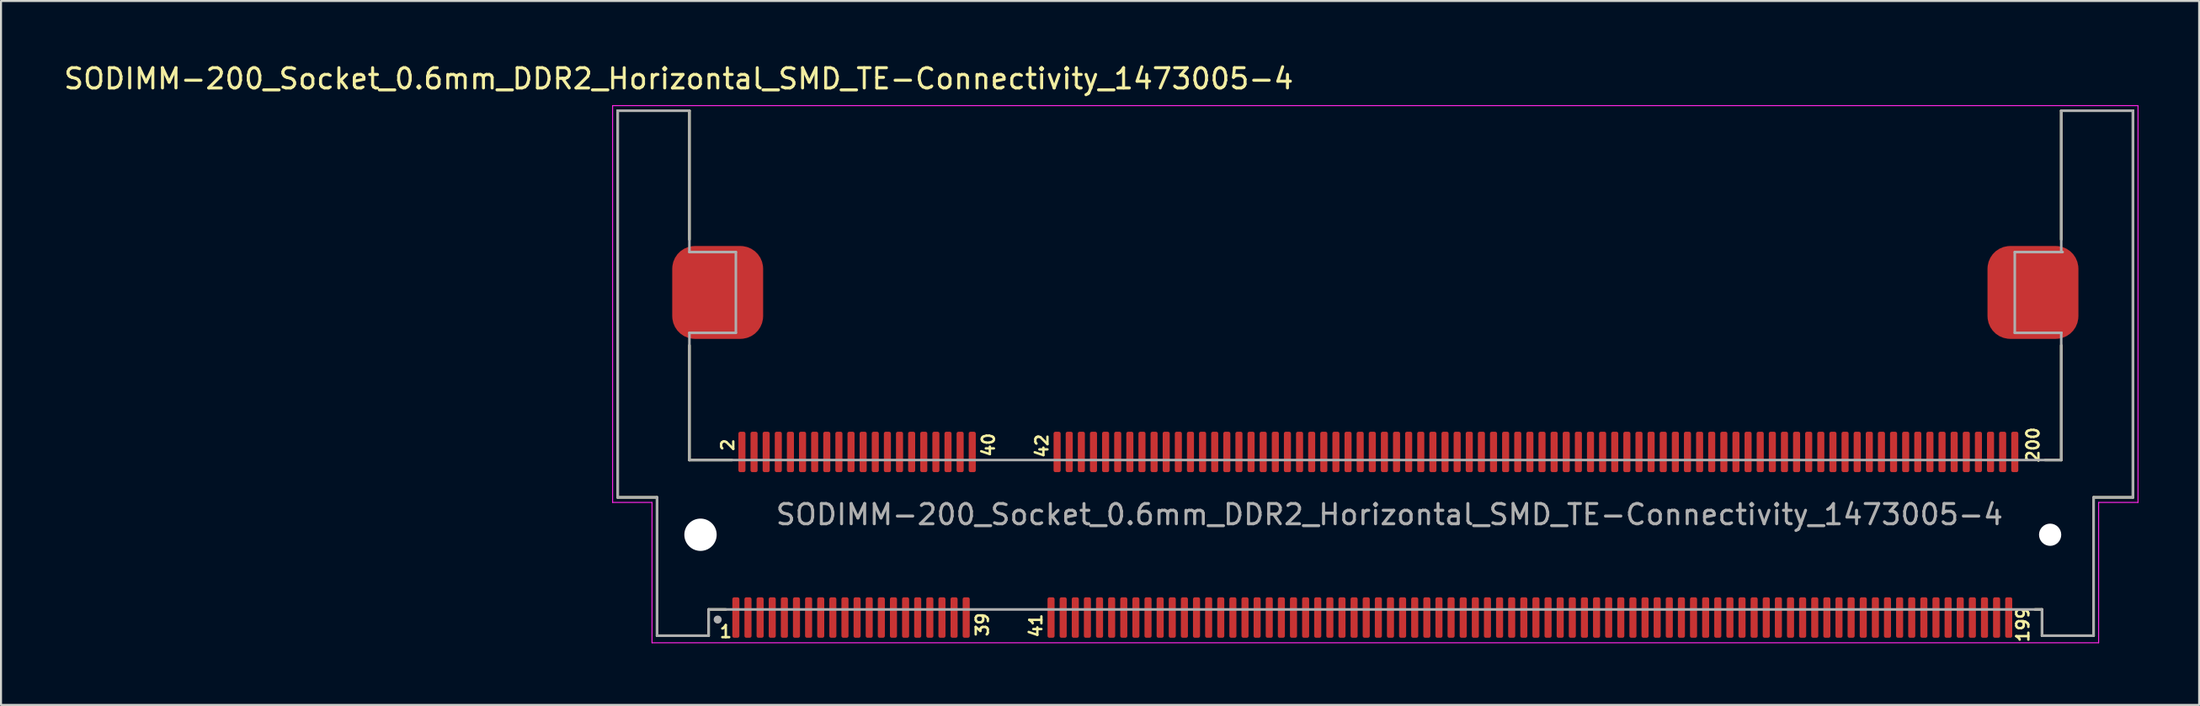
<source format=kicad_pcb>
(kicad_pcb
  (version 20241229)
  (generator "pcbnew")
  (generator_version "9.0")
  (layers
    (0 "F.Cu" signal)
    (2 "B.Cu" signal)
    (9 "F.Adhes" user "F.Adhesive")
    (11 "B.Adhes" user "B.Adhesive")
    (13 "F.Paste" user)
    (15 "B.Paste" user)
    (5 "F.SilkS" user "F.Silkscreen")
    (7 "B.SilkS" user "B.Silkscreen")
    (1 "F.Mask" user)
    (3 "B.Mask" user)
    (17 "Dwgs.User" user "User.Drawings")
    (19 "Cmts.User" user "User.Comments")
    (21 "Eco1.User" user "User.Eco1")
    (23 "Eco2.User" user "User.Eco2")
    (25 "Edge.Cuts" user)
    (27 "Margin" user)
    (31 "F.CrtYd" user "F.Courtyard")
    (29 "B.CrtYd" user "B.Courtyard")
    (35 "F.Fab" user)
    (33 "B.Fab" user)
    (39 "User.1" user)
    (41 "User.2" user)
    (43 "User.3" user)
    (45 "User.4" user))
  (footprint "SODIMM-200_Socket_0.6mm_DDR2_Horizontal_SMD_TE-Connectivity_1473005-4"
    (layer "F.Cu")
    (at 65.022 23.432)
    (property "Reference" "SODIMM-200_Socket_0.6mm_DDR2_Horizontal_SMD_TE-Connectivity_1473005-4" (at -34.48 -22.583 0) (unlocked yes) (layer "F.SilkS") (effects (font (size 1.002 1.002) (thickness 0.15))))
    (attr smd)
    (fp_line (start -37.5 -21) (end -37.5 -1.85) (stroke (width 0.127) (type solid)) (layer "F.SilkS"))
    (fp_line (start -37.5 -1.85) (end -35.55 -1.85) (stroke (width 0.127) (type solid)) (layer "F.SilkS"))
    (fp_line (start -35.55 -1.85) (end -35.55 5) (stroke (width 0.127) (type solid)) (layer "F.SilkS"))
    (fp_line (start -33.95 -21) (end -37.5 -21) (stroke (width 0.127) (type solid)) (layer "F.SilkS"))
    (fp_line (start -33.95 -14.62) (end -33.95 -21) (stroke (width 0.127) (type solid)) (layer "F.SilkS"))
    (fp_line (start -33.95 -3.7) (end -33.95 -9.38) (stroke (width 0.127) (type solid)) (layer "F.SilkS"))
    (fp_line (start -33.95 -3.7) (end -31.845 -3.7) (stroke (width 0.127) (type solid)) (layer "F.SilkS"))
    (fp_line (start -33 3.7) (end -33 5) (stroke (width 0.127) (type solid)) (layer "F.SilkS"))
    (fp_line (start -33 3.7) (end -32.145 3.7) (stroke (width 0.127) (type solid)) (layer "F.SilkS"))
    (fp_line (start -33 5) (end -35.55 5) (stroke (width 0.127) (type solid)) (layer "F.SilkS"))
    (fp_line (start 32.65 3.7) (end 33 3.7) (stroke (width 0.127) (type solid)) (layer "F.SilkS"))
    (fp_line (start 33 3.7) (end 33 5) (stroke (width 0.127) (type solid)) (layer "F.SilkS"))
    (fp_line (start 33 5) (end 35.55 5) (stroke (width 0.127) (type solid)) (layer "F.SilkS"))
    (fp_line (start 33.15 -3.7) (end 33.95 -3.7) (stroke (width 0.127) (type solid)) (layer "F.SilkS"))
    (fp_line (start 33.95 -21) (end 37.5 -21) (stroke (width 0.127) (type solid)) (layer "F.SilkS"))
    (fp_line (start 33.95 -14.62) (end 33.95 -21) (stroke (width 0.127) (type solid)) (layer "F.SilkS"))
    (fp_line (start 33.95 -3.7) (end 33.95 -9.38) (stroke (width 0.127) (type solid)) (layer "F.SilkS"))
    (fp_line (start 35.55 -1.85) (end 35.55 5) (stroke (width 0.127) (type solid)) (layer "F.SilkS"))
    (fp_line (start 35.55 -1.85) (end 37.5 -1.85) (stroke (width 0.127) (type solid)) (layer "F.SilkS"))
    (fp_line (start 37.5 -21) (end 37.5 -1.85) (stroke (width 0.127) (type solid)) (layer "F.SilkS"))
    (fp_line (start -37.75 -21.25) (end 37.75 -21.25) (stroke (width 0.05) (type solid)) (layer "F.CrtYd"))
    (fp_line (start -37.75 -1.6) (end -37.75 -21.25) (stroke (width 0.05) (type solid)) (layer "F.CrtYd"))
    (fp_line (start -35.8 -1.6) (end -37.75 -1.6) (stroke (width 0.05) (type solid)) (layer "F.CrtYd"))
    (fp_line (start -35.8 5.35) (end -35.8 -1.6) (stroke (width 0.05) (type solid)) (layer "F.CrtYd"))
    (fp_line (start 35.8 -1.6) (end 35.8 5.35) (stroke (width 0.05) (type solid)) (layer "F.CrtYd"))
    (fp_line (start 35.8 5.35) (end -35.8 5.35) (stroke (width 0.05) (type solid)) (layer "F.CrtYd"))
    (fp_line (start 37.75 -21.25) (end 37.75 -1.6) (stroke (width 0.05) (type solid)) (layer "F.CrtYd"))
    (fp_line (start 37.75 -1.6) (end 35.8 -1.6) (stroke (width 0.05) (type solid)) (layer "F.CrtYd"))
    (fp_line (start -37.5 -21) (end -37.5 -1.85) (stroke (width 0.127) (type solid)) (layer "F.Fab"))
    (fp_line (start -37.5 -1.85) (end -35.55 -1.85) (stroke (width 0.127) (type solid)) (layer "F.Fab"))
    (fp_line (start -35.55 -1.85) (end -35.55 5) (stroke (width 0.127) (type solid)) (layer "F.Fab"))
    (fp_line (start -33.95 -21) (end -37.5 -21) (stroke (width 0.127) (type solid)) (layer "F.Fab"))
    (fp_line (start -33.95 -14) (end -33.95 -21) (stroke (width 0.127) (type solid)) (layer "F.Fab"))
    (fp_line (start -33.95 -10) (end -31.65 -10) (stroke (width 0.127) (type solid)) (layer "F.Fab"))
    (fp_line (start -33.95 -3.7) (end -33.95 -10) (stroke (width 0.127) (type solid)) (layer "F.Fab"))
    (fp_line (start -33.95 -3.7) (end 33.95 -3.7) (stroke (width 0.127) (type solid)) (layer "F.Fab"))
    (fp_line (start -33 3.7) (end -33 5) (stroke (width 0.127) (type solid)) (layer "F.Fab"))
    (fp_line (start -33 3.7) (end 33 3.7) (stroke (width 0.127) (type solid)) (layer "F.Fab"))
    (fp_line (start -33 5) (end -35.55 5) (stroke (width 0.127) (type solid)) (layer "F.Fab"))
    (fp_line (start -31.65 -14) (end -33.95 -14) (stroke (width 0.127) (type solid)) (layer "F.Fab"))
    (fp_line (start -31.65 -10) (end -31.65 -14) (stroke (width 0.127) (type solid)) (layer "F.Fab"))
    (fp_line (start 31.65 -14) (end 33.95 -14) (stroke (width 0.127) (type solid)) (layer "F.Fab"))
    (fp_line (start 31.65 -10) (end 31.65 -14) (stroke (width 0.127) (type solid)) (layer "F.Fab"))
    (fp_line (start 33 3.7) (end 33 5) (stroke (width 0.127) (type solid)) (layer "F.Fab"))
    (fp_line (start 33 5) (end 35.55 5) (stroke (width 0.127) (type solid)) (layer "F.Fab"))
    (fp_line (start 33.95 -21) (end 37.5 -21) (stroke (width 0.127) (type solid)) (layer "F.Fab"))
    (fp_line (start 33.95 -14) (end 33.95 -21) (stroke (width 0.127) (type solid)) (layer "F.Fab"))
    (fp_line (start 33.95 -14) (end 34.02 -14) (stroke (width 0.127) (type solid)) (layer "F.Fab"))
    (fp_line (start 33.95 -10) (end 31.65 -10) (stroke (width 0.127) (type solid)) (layer "F.Fab"))
    (fp_line (start 33.95 -3.7) (end 33.95 -10) (stroke (width 0.127) (type solid)) (layer "F.Fab"))
    (fp_line (start 33.96 -10) (end 33.95 -10) (stroke (width 0.127) (type solid)) (layer "F.Fab"))
    (fp_line (start 35.55 -1.85) (end 37.5 -1.85) (stroke (width 0.127) (type solid)) (layer "F.Fab"))
    (fp_line (start 35.55 5) (end 35.55 -1.85) (stroke (width 0.127) (type solid)) (layer "F.Fab"))
    (fp_line (start 37.5 -21) (end 37.5 -1.85) (stroke (width 0.127) (type solid)) (layer "F.Fab"))
    (fp_circle (center -32.55 4.2) (end -32.45 4.2) (stroke (width 0.2) (type solid)) (fill no) (layer "F.Fab"))
    (fp_text user "41" (at -16.8 4.5 90) (layer "F.SilkS") (effects (font (size 0.6 0.6) (thickness 0.12))))
    (fp_text user "199" (at 32.05 4.45 90) (layer "F.SilkS") (effects (font (size 0.6 0.6) (thickness 0.12))))
    (fp_text user "42" (at -16.5 -4.4 90) (layer "F.SilkS") (effects (font (size 0.6 0.6) (thickness 0.12))))
    (fp_text user "2" (at -32.05 -4.45 90) (layer "F.SilkS") (effects (font (size 0.6 0.6) (thickness 0.12))))
    (fp_text user "39" (at -19.45 4.45 90) (layer "F.SilkS") (effects (font (size 0.6 0.6) (thickness 0.12))))
    (fp_text user "1" (at -32.15 4.8 180) (layer "F.SilkS") (effects (font (size 0.6 0.6) (thickness 0.12))))
    (fp_text user "200" (at 32.55 -4.45 90) (layer "F.SilkS") (effects (font (size 0.6 0.6) (thickness 0.12))))
    (fp_text user "40" (at -19.15 -4.45 90) (layer "F.SilkS") (effects (font (size 0.6 0.6) (thickness 0.12))))
    (fp_text user "${REFERENCE}" (at 0.7 -1 0) (layer "F.Fab") (effects (font (size 1 1) (thickness 0.15))))
    (pad "" np_thru_hole circle (at -33.4 0) (size 1.6 1.6) (drill 1.6) (layers "*.Cu" "*.Mask"))
    (pad "" np_thru_hole circle (at 33.4 0) (size 1.1 1.1) (drill 1.1) (layers "*.Cu" "*.Mask"))
    (pad "1" smd roundrect (at -31.65 4.1) (size 0.35 2) (layers "F.Cu" "F.Mask" "F.Paste") (roundrect_rratio 0.25))
    (pad "2" smd roundrect (at -31.35 -4.1) (size 0.35 2) (layers "F.Cu" "F.Mask" "F.Paste") (roundrect_rratio 0.25))
    (pad "3" smd roundrect (at -31.05 4.1) (size 0.35 2) (layers "F.Cu" "F.Mask" "F.Paste") (roundrect_rratio 0.25))
    (pad "4" smd roundrect (at -30.75 -4.1) (size 0.35 2) (layers "F.Cu" "F.Mask" "F.Paste") (roundrect_rratio 0.25))
    (pad "5" smd roundrect (at -30.45 4.1) (size 0.35 2) (layers "F.Cu" "F.Mask" "F.Paste") (roundrect_rratio 0.25))
    (pad "6" smd roundrect (at -30.15 -4.1) (size 0.35 2) (layers "F.Cu" "F.Mask" "F.Paste") (roundrect_rratio 0.25))
    (pad "7" smd roundrect (at -29.85 4.1) (size 0.35 2) (layers "F.Cu" "F.Mask" "F.Paste") (roundrect_rratio 0.25))
    (pad "8" smd roundrect (at -29.55 -4.1) (size 0.35 2) (layers "F.Cu" "F.Mask" "F.Paste") (roundrect_rratio 0.25))
    (pad "9" smd roundrect (at -29.25 4.1) (size 0.35 2) (layers "F.Cu" "F.Mask" "F.Paste") (roundrect_rratio 0.25))
    (pad "10" smd roundrect (at -28.95 -4.1) (size 0.35 2) (layers "F.Cu" "F.Mask" "F.Paste") (roundrect_rratio 0.25))
    (pad "11" smd roundrect (at -28.65 4.1) (size 0.35 2) (layers "F.Cu" "F.Mask" "F.Paste") (roundrect_rratio 0.25))
    (pad "12" smd roundrect (at -28.35 -4.1) (size 0.35 2) (layers "F.Cu" "F.Mask" "F.Paste") (roundrect_rratio 0.25))
    (pad "13" smd roundrect (at -28.05 4.1) (size 0.35 2) (layers "F.Cu" "F.Mask" "F.Paste") (roundrect_rratio 0.25))
    (pad "14" smd roundrect (at -27.75 -4.1) (size 0.35 2) (layers "F.Cu" "F.Mask" "F.Paste") (roundrect_rratio 0.25))
    (pad "15" smd roundrect (at -27.45 4.1) (size 0.35 2) (layers "F.Cu" "F.Mask" "F.Paste") (roundrect_rratio 0.25))
    (pad "16" smd roundrect (at -27.15 -4.1) (size 0.35 2) (layers "F.Cu" "F.Mask" "F.Paste") (roundrect_rratio 0.25))
    (pad "17" smd roundrect (at -26.85 4.1) (size 0.35 2) (layers "F.Cu" "F.Mask" "F.Paste") (roundrect_rratio 0.25))
    (pad "18" smd roundrect (at -26.55 -4.1) (size 0.35 2) (layers "F.Cu" "F.Mask" "F.Paste") (roundrect_rratio 0.25))
    (pad "19" smd roundrect (at -26.25 4.1) (size 0.35 2) (layers "F.Cu" "F.Mask" "F.Paste") (roundrect_rratio 0.25))
    (pad "20" smd roundrect (at -25.95 -4.1) (size 0.35 2) (layers "F.Cu" "F.Mask" "F.Paste") (roundrect_rratio 0.25))
    (pad "21" smd roundrect (at -25.65 4.1) (size 0.35 2) (layers "F.Cu" "F.Mask" "F.Paste") (roundrect_rratio 0.25))
    (pad "22" smd roundrect (at -25.35 -4.1) (size 0.35 2) (layers "F.Cu" "F.Mask" "F.Paste") (roundrect_rratio 0.25))
    (pad "23" smd roundrect (at -25.05 4.1) (size 0.35 2) (layers "F.Cu" "F.Mask" "F.Paste") (roundrect_rratio 0.25))
    (pad "24" smd roundrect (at -24.75 -4.1) (size 0.35 2) (layers "F.Cu" "F.Mask" "F.Paste") (roundrect_rratio 0.25))
    (pad "25" smd roundrect (at -24.45 4.1) (size 0.35 2) (layers "F.Cu" "F.Mask" "F.Paste") (roundrect_rratio 0.25))
    (pad "26" smd roundrect (at -24.15 -4.1) (size 0.35 2) (layers "F.Cu" "F.Mask" "F.Paste") (roundrect_rratio 0.25))
    (pad "27" smd roundrect (at -23.85 4.1) (size 0.35 2) (layers "F.Cu" "F.Mask" "F.Paste") (roundrect_rratio 0.25))
    (pad "28" smd roundrect (at -23.55 -4.1) (size 0.35 2) (layers "F.Cu" "F.Mask" "F.Paste") (roundrect_rratio 0.25))
    (pad "29" smd roundrect (at -23.25 4.1) (size 0.35 2) (layers "F.Cu" "F.Mask" "F.Paste") (roundrect_rratio 0.25))
    (pad "30" smd roundrect (at -22.95 -4.1) (size 0.35 2) (layers "F.Cu" "F.Mask" "F.Paste") (roundrect_rratio 0.25))
    (pad "31" smd roundrect (at -22.65 4.1) (size 0.35 2) (layers "F.Cu" "F.Mask" "F.Paste") (roundrect_rratio 0.25))
    (pad "32" smd roundrect (at -22.35 -4.1) (size 0.35 2) (layers "F.Cu" "F.Mask" "F.Paste") (roundrect_rratio 0.25))
    (pad "33" smd roundrect (at -22.05 4.1) (size 0.35 2) (layers "F.Cu" "F.Mask" "F.Paste") (roundrect_rratio 0.25))
    (pad "34" smd roundrect (at -21.75 -4.1) (size 0.35 2) (layers "F.Cu" "F.Mask" "F.Paste") (roundrect_rratio 0.25))
    (pad "35" smd roundrect (at -21.45 4.1) (size 0.35 2) (layers "F.Cu" "F.Mask" "F.Paste") (roundrect_rratio 0.25))
    (pad "36" smd roundrect (at -21.15 -4.1) (size 0.35 2) (layers "F.Cu" "F.Mask" "F.Paste") (roundrect_rratio 0.25))
    (pad "37" smd roundrect (at -20.85 4.1) (size 0.35 2) (layers "F.Cu" "F.Mask" "F.Paste") (roundrect_rratio 0.25))
    (pad "38" smd roundrect (at -20.55 -4.1) (size 0.35 2) (layers "F.Cu" "F.Mask" "F.Paste") (roundrect_rratio 0.25))
    (pad "39" smd roundrect (at -20.25 4.1) (size 0.35 2) (layers "F.Cu" "F.Mask" "F.Paste") (roundrect_rratio 0.25))
    (pad "40" smd roundrect (at -19.95 -4.1) (size 0.35 2) (layers "F.Cu" "F.Mask" "F.Paste") (roundrect_rratio 0.25))
    (pad "41" smd roundrect (at -16.05 4.1) (size 0.35 2) (layers "F.Cu" "F.Mask" "F.Paste") (roundrect_rratio 0.25))
    (pad "42" smd roundrect (at -15.75 -4.1) (size 0.35 2) (layers "F.Cu" "F.Mask" "F.Paste") (roundrect_rratio 0.25))
    (pad "43" smd roundrect (at -15.45 4.1) (size 0.35 2) (layers "F.Cu" "F.Mask" "F.Paste") (roundrect_rratio 0.25))
    (pad "44" smd roundrect (at -15.15 -4.1) (size 0.35 2) (layers "F.Cu" "F.Mask" "F.Paste") (roundrect_rratio 0.25))
    (pad "45" smd roundrect (at -14.85 4.1) (size 0.35 2) (layers "F.Cu" "F.Mask" "F.Paste") (roundrect_rratio 0.25))
    (pad "46" smd roundrect (at -14.55 -4.1) (size 0.35 2) (layers "F.Cu" "F.Mask" "F.Paste") (roundrect_rratio 0.25))
    (pad "47" smd roundrect (at -14.25 4.1) (size 0.35 2) (layers "F.Cu" "F.Mask" "F.Paste") (roundrect_rratio 0.25))
    (pad "48" smd roundrect (at -13.95 -4.1) (size 0.35 2) (layers "F.Cu" "F.Mask" "F.Paste") (roundrect_rratio 0.25))
    (pad "49" smd roundrect (at -13.65 4.1) (size 0.35 2) (layers "F.Cu" "F.Mask" "F.Paste") (roundrect_rratio 0.25))
    (pad "50" smd roundrect (at -13.35 -4.1) (size 0.35 2) (layers "F.Cu" "F.Mask" "F.Paste") (roundrect_rratio 0.25))
    (pad "51" smd roundrect (at -13.05 4.1) (size 0.35 2) (layers "F.Cu" "F.Mask" "F.Paste") (roundrect_rratio 0.25))
    (pad "52" smd roundrect (at -12.75 -4.1) (size 0.35 2) (layers "F.Cu" "F.Mask" "F.Paste") (roundrect_rratio 0.25))
    (pad "53" smd roundrect (at -12.45 4.1) (size 0.35 2) (layers "F.Cu" "F.Mask" "F.Paste") (roundrect_rratio 0.25))
    (pad "54" smd roundrect (at -12.15 -4.1) (size 0.35 2) (layers "F.Cu" "F.Mask" "F.Paste") (roundrect_rratio 0.25))
    (pad "55" smd roundrect (at -11.85 4.1) (size 0.35 2) (layers "F.Cu" "F.Mask" "F.Paste") (roundrect_rratio 0.25))
    (pad "56" smd roundrect (at -11.55 -4.1) (size 0.35 2) (layers "F.Cu" "F.Mask" "F.Paste") (roundrect_rratio 0.25))
    (pad "57" smd roundrect (at -11.25 4.1) (size 0.35 2) (layers "F.Cu" "F.Mask" "F.Paste") (roundrect_rratio 0.25))
    (pad "58" smd roundrect (at -10.95 -4.1) (size 0.35 2) (layers "F.Cu" "F.Mask" "F.Paste") (roundrect_rratio 0.25))
    (pad "59" smd roundrect (at -10.65 4.1) (size 0.35 2) (layers "F.Cu" "F.Mask" "F.Paste") (roundrect_rratio 0.25))
    (pad "60" smd roundrect (at -10.35 -4.1) (size 0.35 2) (layers "F.Cu" "F.Mask" "F.Paste") (roundrect_rratio 0.25))
    (pad "61" smd roundrect (at -10.05 4.1) (size 0.35 2) (layers "F.Cu" "F.Mask" "F.Paste") (roundrect_rratio 0.25))
    (pad "62" smd roundrect (at -9.75 -4.1) (size 0.35 2) (layers "F.Cu" "F.Mask" "F.Paste") (roundrect_rratio 0.25))
    (pad "63" smd roundrect (at -9.45 4.1) (size 0.35 2) (layers "F.Cu" "F.Mask" "F.Paste") (roundrect_rratio 0.25))
    (pad "64" smd roundrect (at -9.15 -4.1) (size 0.35 2) (layers "F.Cu" "F.Mask" "F.Paste") (roundrect_rratio 0.25))
    (pad "65" smd roundrect (at -8.85 4.1) (size 0.35 2) (layers "F.Cu" "F.Mask" "F.Paste") (roundrect_rratio 0.25))
    (pad "66" smd roundrect (at -8.55 -4.1) (size 0.35 2) (layers "F.Cu" "F.Mask" "F.Paste") (roundrect_rratio 0.25))
    (pad "67" smd roundrect (at -8.25 4.1) (size 0.35 2) (layers "F.Cu" "F.Mask" "F.Paste") (roundrect_rratio 0.25))
    (pad "68" smd roundrect (at -7.95 -4.1) (size 0.35 2) (layers "F.Cu" "F.Mask" "F.Paste") (roundrect_rratio 0.25))
    (pad "69" smd roundrect (at -7.65 4.1) (size 0.35 2) (layers "F.Cu" "F.Mask" "F.Paste") (roundrect_rratio 0.25))
    (pad "70" smd roundrect (at -7.35 -4.1) (size 0.35 2) (layers "F.Cu" "F.Mask" "F.Paste") (roundrect_rratio 0.25))
    (pad "71" smd roundrect (at -7.05 4.1) (size 0.35 2) (layers "F.Cu" "F.Mask" "F.Paste") (roundrect_rratio 0.25))
    (pad "72" smd roundrect (at -6.75 -4.1) (size 0.35 2) (layers "F.Cu" "F.Mask" "F.Paste") (roundrect_rratio 0.25))
    (pad "73" smd roundrect (at -6.45 4.1) (size 0.35 2) (layers "F.Cu" "F.Mask" "F.Paste") (roundrect_rratio 0.25))
    (pad "74" smd roundrect (at -6.15 -4.1) (size 0.35 2) (layers "F.Cu" "F.Mask" "F.Paste") (roundrect_rratio 0.25))
    (pad "75" smd roundrect (at -5.85 4.1) (size 0.35 2) (layers "F.Cu" "F.Mask" "F.Paste") (roundrect_rratio 0.25))
    (pad "76" smd roundrect (at -5.55 -4.1) (size 0.35 2) (layers "F.Cu" "F.Mask" "F.Paste") (roundrect_rratio 0.25))
    (pad "77" smd roundrect (at -5.25 4.1) (size 0.35 2) (layers "F.Cu" "F.Mask" "F.Paste") (roundrect_rratio 0.25))
    (pad "78" smd roundrect (at -4.95 -4.1) (size 0.35 2) (layers "F.Cu" "F.Mask" "F.Paste") (roundrect_rratio 0.25))
    (pad "79" smd roundrect (at -4.65 4.1) (size 0.35 2) (layers "F.Cu" "F.Mask" "F.Paste") (roundrect_rratio 0.25))
    (pad "80" smd roundrect (at -4.35 -4.1) (size 0.35 2) (layers "F.Cu" "F.Mask" "F.Paste") (roundrect_rratio 0.25))
    (pad "81" smd roundrect (at -4.05 4.1) (size 0.35 2) (layers "F.Cu" "F.Mask" "F.Paste") (roundrect_rratio 0.25))
    (pad "82" smd roundrect (at -3.75 -4.1) (size 0.35 2) (layers "F.Cu" "F.Mask" "F.Paste") (roundrect_rratio 0.25))
    (pad "83" smd roundrect (at -3.45 4.1) (size 0.35 2) (layers "F.Cu" "F.Mask" "F.Paste") (roundrect_rratio 0.25))
    (pad "84" smd roundrect (at -3.15 -4.1) (size 0.35 2) (layers "F.Cu" "F.Mask" "F.Paste") (roundrect_rratio 0.25))
    (pad "85" smd roundrect (at -2.85 4.1) (size 0.35 2) (layers "F.Cu" "F.Mask" "F.Paste") (roundrect_rratio 0.25))
    (pad "86" smd roundrect (at -2.55 -4.1) (size 0.35 2) (layers "F.Cu" "F.Mask" "F.Paste") (roundrect_rratio 0.25))
    (pad "87" smd roundrect (at -2.25 4.1) (size 0.35 2) (layers "F.Cu" "F.Mask" "F.Paste") (roundrect_rratio 0.25))
    (pad "88" smd roundrect (at -1.95 -4.1) (size 0.35 2) (layers "F.Cu" "F.Mask" "F.Paste") (roundrect_rratio 0.25))
    (pad "89" smd roundrect (at -1.65 4.1) (size 0.35 2) (layers "F.Cu" "F.Mask" "F.Paste") (roundrect_rratio 0.25))
    (pad "90" smd roundrect (at -1.35 -4.1) (size 0.35 2) (layers "F.Cu" "F.Mask" "F.Paste") (roundrect_rratio 0.25))
    (pad "91" smd roundrect (at -1.05 4.1) (size 0.35 2) (layers "F.Cu" "F.Mask" "F.Paste") (roundrect_rratio 0.25))
    (pad "92" smd roundrect (at -0.75 -4.1) (size 0.35 2) (layers "F.Cu" "F.Mask" "F.Paste") (roundrect_rratio 0.25))
    (pad "93" smd roundrect (at -0.45 4.1) (size 0.35 2) (layers "F.Cu" "F.Mask" "F.Paste") (roundrect_rratio 0.25))
    (pad "94" smd roundrect (at -0.15 -4.1) (size 0.35 2) (layers "F.Cu" "F.Mask" "F.Paste") (roundrect_rratio 0.25))
    (pad "95" smd roundrect (at 0.15 4.1) (size 0.35 2) (layers "F.Cu" "F.Mask" "F.Paste") (roundrect_rratio 0.25))
    (pad "96" smd roundrect (at 0.45 -4.1) (size 0.35 2) (layers "F.Cu" "F.Mask" "F.Paste") (roundrect_rratio 0.25))
    (pad "97" smd roundrect (at 0.75 4.1) (size 0.35 2) (layers "F.Cu" "F.Mask" "F.Paste") (roundrect_rratio 0.25))
    (pad "98" smd roundrect (at 1.05 -4.1) (size 0.35 2) (layers "F.Cu" "F.Mask" "F.Paste") (roundrect_rratio 0.25))
    (pad "99" smd roundrect (at 1.35 4.1) (size 0.35 2) (layers "F.Cu" "F.Mask" "F.Paste") (roundrect_rratio 0.25))
    (pad "100" smd roundrect (at 1.65 -4.1) (size 0.35 2) (layers "F.Cu" "F.Mask" "F.Paste") (roundrect_rratio 0.25))
    (pad "101" smd roundrect (at 1.95 4.1) (size 0.35 2) (layers "F.Cu" "F.Mask" "F.Paste") (roundrect_rratio 0.25))
    (pad "102" smd roundrect (at 2.25 -4.1) (size 0.35 2) (layers "F.Cu" "F.Mask" "F.Paste") (roundrect_rratio 0.25))
    (pad "103" smd roundrect (at 2.55 4.1) (size 0.35 2) (layers "F.Cu" "F.Mask" "F.Paste") (roundrect_rratio 0.25))
    (pad "104" smd roundrect (at 2.85 -4.1) (size 0.35 2) (layers "F.Cu" "F.Mask" "F.Paste") (roundrect_rratio 0.25))
    (pad "105" smd roundrect (at 3.15 4.1) (size 0.35 2) (layers "F.Cu" "F.Mask" "F.Paste") (roundrect_rratio 0.25))
    (pad "106" smd roundrect (at 3.45 -4.1) (size 0.35 2) (layers "F.Cu" "F.Mask" "F.Paste") (roundrect_rratio 0.25))
    (pad "107" smd roundrect (at 3.75 4.1) (size 0.35 2) (layers "F.Cu" "F.Mask" "F.Paste") (roundrect_rratio 0.25))
    (pad "108" smd roundrect (at 4.05 -4.1) (size 0.35 2) (layers "F.Cu" "F.Mask" "F.Paste") (roundrect_rratio 0.25))
    (pad "109" smd roundrect (at 4.35 4.1) (size 0.35 2) (layers "F.Cu" "F.Mask" "F.Paste") (roundrect_rratio 0.25))
    (pad "110" smd roundrect (at 4.65 -4.1) (size 0.35 2) (layers "F.Cu" "F.Mask" "F.Paste") (roundrect_rratio 0.25))
    (pad "111" smd roundrect (at 4.95 4.1) (size 0.35 2) (layers "F.Cu" "F.Mask" "F.Paste") (roundrect_rratio 0.25))
    (pad "112" smd roundrect (at 5.25 -4.1) (size 0.35 2) (layers "F.Cu" "F.Mask" "F.Paste") (roundrect_rratio 0.25))
    (pad "113" smd roundrect (at 5.55 4.1) (size 0.35 2) (layers "F.Cu" "F.Mask" "F.Paste") (roundrect_rratio 0.25))
    (pad "114" smd roundrect (at 5.85 -4.1) (size 0.35 2) (layers "F.Cu" "F.Mask" "F.Paste") (roundrect_rratio 0.25))
    (pad "115" smd roundrect (at 6.15 4.1) (size 0.35 2) (layers "F.Cu" "F.Mask" "F.Paste") (roundrect_rratio 0.25))
    (pad "116" smd roundrect (at 6.45 -4.1) (size 0.35 2) (layers "F.Cu" "F.Mask" "F.Paste") (roundrect_rratio 0.25))
    (pad "117" smd roundrect (at 6.75 4.1) (size 0.35 2) (layers "F.Cu" "F.Mask" "F.Paste") (roundrect_rratio 0.25))
    (pad "118" smd roundrect (at 7.05 -4.1) (size 0.35 2) (layers "F.Cu" "F.Mask" "F.Paste") (roundrect_rratio 0.25))
    (pad "119" smd roundrect (at 7.35 4.1) (size 0.35 2) (layers "F.Cu" "F.Mask" "F.Paste") (roundrect_rratio 0.25))
    (pad "120" smd roundrect (at 7.65 -4.1) (size 0.35 2) (layers "F.Cu" "F.Mask" "F.Paste") (roundrect_rratio 0.25))
    (pad "121" smd roundrect (at 7.95 4.1) (size 0.35 2) (layers "F.Cu" "F.Mask" "F.Paste") (roundrect_rratio 0.25))
    (pad "122" smd roundrect (at 8.25 -4.1) (size 0.35 2) (layers "F.Cu" "F.Mask" "F.Paste") (roundrect_rratio 0.25))
    (pad "123" smd roundrect (at 8.55 4.1) (size 0.35 2) (layers "F.Cu" "F.Mask" "F.Paste") (roundrect_rratio 0.25))
    (pad "124" smd roundrect (at 8.85 -4.1) (size 0.35 2) (layers "F.Cu" "F.Mask" "F.Paste") (roundrect_rratio 0.25))
    (pad "125" smd roundrect (at 9.15 4.1) (size 0.35 2) (layers "F.Cu" "F.Mask" "F.Paste") (roundrect_rratio 0.25))
    (pad "126" smd roundrect (at 9.45 -4.1) (size 0.35 2) (layers "F.Cu" "F.Mask" "F.Paste") (roundrect_rratio 0.25))
    (pad "127" smd roundrect (at 9.75 4.1) (size 0.35 2) (layers "F.Cu" "F.Mask" "F.Paste") (roundrect_rratio 0.25))
    (pad "128" smd roundrect (at 10.05 -4.1) (size 0.35 2) (layers "F.Cu" "F.Mask" "F.Paste") (roundrect_rratio 0.25))
    (pad "129" smd roundrect (at 10.35 4.1) (size 0.35 2) (layers "F.Cu" "F.Mask" "F.Paste") (roundrect_rratio 0.25))
    (pad "130" smd roundrect (at 10.65 -4.1) (size 0.35 2) (layers "F.Cu" "F.Mask" "F.Paste") (roundrect_rratio 0.25))
    (pad "131" smd roundrect (at 10.95 4.1) (size 0.35 2) (layers "F.Cu" "F.Mask" "F.Paste") (roundrect_rratio 0.25))
    (pad "132" smd roundrect (at 11.25 -4.1) (size 0.35 2) (layers "F.Cu" "F.Mask" "F.Paste") (roundrect_rratio 0.25))
    (pad "133" smd roundrect (at 11.55 4.1) (size 0.35 2) (layers "F.Cu" "F.Mask" "F.Paste") (roundrect_rratio 0.25))
    (pad "134" smd roundrect (at 11.85 -4.1) (size 0.35 2) (layers "F.Cu" "F.Mask" "F.Paste") (roundrect_rratio 0.25))
    (pad "135" smd roundrect (at 12.15 4.1) (size 0.35 2) (layers "F.Cu" "F.Mask" "F.Paste") (roundrect_rratio 0.25))
    (pad "136" smd roundrect (at 12.45 -4.1) (size 0.35 2) (layers "F.Cu" "F.Mask" "F.Paste") (roundrect_rratio 0.25))
    (pad "137" smd roundrect (at 12.75 4.1) (size 0.35 2) (layers "F.Cu" "F.Mask" "F.Paste") (roundrect_rratio 0.25))
    (pad "138" smd roundrect (at 13.05 -4.1) (size 0.35 2) (layers "F.Cu" "F.Mask" "F.Paste") (roundrect_rratio 0.25))
    (pad "139" smd roundrect (at 13.35 4.1) (size 0.35 2) (layers "F.Cu" "F.Mask" "F.Paste") (roundrect_rratio 0.25))
    (pad "140" smd roundrect (at 13.65 -4.1) (size 0.35 2) (layers "F.Cu" "F.Mask" "F.Paste") (roundrect_rratio 0.25))
    (pad "141" smd roundrect (at 13.95 4.1) (size 0.35 2) (layers "F.Cu" "F.Mask" "F.Paste") (roundrect_rratio 0.25))
    (pad "142" smd roundrect (at 14.25 -4.1) (size 0.35 2) (layers "F.Cu" "F.Mask" "F.Paste") (roundrect_rratio 0.25))
    (pad "143" smd roundrect (at 14.55 4.1) (size 0.35 2) (layers "F.Cu" "F.Mask" "F.Paste") (roundrect_rratio 0.25))
    (pad "144" smd roundrect (at 14.85 -4.1) (size 0.35 2) (layers "F.Cu" "F.Mask" "F.Paste") (roundrect_rratio 0.25))
    (pad "145" smd roundrect (at 15.15 4.1) (size 0.35 2) (layers "F.Cu" "F.Mask" "F.Paste") (roundrect_rratio 0.25))
    (pad "146" smd roundrect (at 15.45 -4.1) (size 0.35 2) (layers "F.Cu" "F.Mask" "F.Paste") (roundrect_rratio 0.25))
    (pad "147" smd roundrect (at 15.75 4.1) (size 0.35 2) (layers "F.Cu" "F.Mask" "F.Paste") (roundrect_rratio 0.25))
    (pad "148" smd roundrect (at 16.05 -4.1) (size 0.35 2) (layers "F.Cu" "F.Mask" "F.Paste") (roundrect_rratio 0.25))
    (pad "149" smd roundrect (at 16.35 4.1) (size 0.35 2) (layers "F.Cu" "F.Mask" "F.Paste") (roundrect_rratio 0.25))
    (pad "150" smd roundrect (at 16.65 -4.1) (size 0.35 2) (layers "F.Cu" "F.Mask" "F.Paste") (roundrect_rratio 0.25))
    (pad "151" smd roundrect (at 16.95 4.1) (size 0.35 2) (layers "F.Cu" "F.Mask" "F.Paste") (roundrect_rratio 0.25))
    (pad "152" smd roundrect (at 17.25 -4.1) (size 0.35 2) (layers "F.Cu" "F.Mask" "F.Paste") (roundrect_rratio 0.25))
    (pad "153" smd roundrect (at 17.55 4.1) (size 0.35 2) (layers "F.Cu" "F.Mask" "F.Paste") (roundrect_rratio 0.25))
    (pad "154" smd roundrect (at 17.85 -4.1) (size 0.35 2) (layers "F.Cu" "F.Mask" "F.Paste") (roundrect_rratio 0.25))
    (pad "155" smd roundrect (at 18.15 4.1) (size 0.35 2) (layers "F.Cu" "F.Mask" "F.Paste") (roundrect_rratio 0.25))
    (pad "156" smd roundrect (at 18.45 -4.1) (size 0.35 2) (layers "F.Cu" "F.Mask" "F.Paste") (roundrect_rratio 0.25))
    (pad "157" smd roundrect (at 18.75 4.1) (size 0.35 2) (layers "F.Cu" "F.Mask" "F.Paste") (roundrect_rratio 0.25))
    (pad "158" smd roundrect (at 19.05 -4.1) (size 0.35 2) (layers "F.Cu" "F.Mask" "F.Paste") (roundrect_rratio 0.25))
    (pad "159" smd roundrect (at 19.35 4.1) (size 0.35 2) (layers "F.Cu" "F.Mask" "F.Paste") (roundrect_rratio 0.25))
    (pad "160" smd roundrect (at 19.65 -4.1) (size 0.35 2) (layers "F.Cu" "F.Mask" "F.Paste") (roundrect_rratio 0.25))
    (pad "161" smd roundrect (at 19.95 4.1) (size 0.35 2) (layers "F.Cu" "F.Mask" "F.Paste") (roundrect_rratio 0.25))
    (pad "162" smd roundrect (at 20.25 -4.1) (size 0.35 2) (layers "F.Cu" "F.Mask" "F.Paste") (roundrect_rratio 0.25))
    (pad "163" smd roundrect (at 20.55 4.1) (size 0.35 2) (layers "F.Cu" "F.Mask" "F.Paste") (roundrect_rratio 0.25))
    (pad "164" smd roundrect (at 20.85 -4.1) (size 0.35 2) (layers "F.Cu" "F.Mask" "F.Paste") (roundrect_rratio 0.25))
    (pad "165" smd roundrect (at 21.15 4.1) (size 0.35 2) (layers "F.Cu" "F.Mask" "F.Paste") (roundrect_rratio 0.25))
    (pad "166" smd roundrect (at 21.45 -4.1) (size 0.35 2) (layers "F.Cu" "F.Mask" "F.Paste") (roundrect_rratio 0.25))
    (pad "167" smd roundrect (at 21.75 4.1) (size 0.35 2) (layers "F.Cu" "F.Mask" "F.Paste") (roundrect_rratio 0.25))
    (pad "168" smd roundrect (at 22.05 -4.1) (size 0.35 2) (layers "F.Cu" "F.Mask" "F.Paste") (roundrect_rratio 0.25))
    (pad "169" smd roundrect (at 22.35 4.1) (size 0.35 2) (layers "F.Cu" "F.Mask" "F.Paste") (roundrect_rratio 0.25))
    (pad "170" smd roundrect (at 22.65 -4.1) (size 0.35 2) (layers "F.Cu" "F.Mask" "F.Paste") (roundrect_rratio 0.25))
    (pad "171" smd roundrect (at 22.95 4.1) (size 0.35 2) (layers "F.Cu" "F.Mask" "F.Paste") (roundrect_rratio 0.25))
    (pad "172" smd roundrect (at 23.25 -4.1) (size 0.35 2) (layers "F.Cu" "F.Mask" "F.Paste") (roundrect_rratio 0.25))
    (pad "173" smd roundrect (at 23.55 4.1) (size 0.35 2) (layers "F.Cu" "F.Mask" "F.Paste") (roundrect_rratio 0.25))
    (pad "174" smd roundrect (at 23.85 -4.1) (size 0.35 2) (layers "F.Cu" "F.Mask" "F.Paste") (roundrect_rratio 0.25))
    (pad "175" smd roundrect (at 24.15 4.1) (size 0.35 2) (layers "F.Cu" "F.Mask" "F.Paste") (roundrect_rratio 0.25))
    (pad "176" smd roundrect (at 24.45 -4.1) (size 0.35 2) (layers "F.Cu" "F.Mask" "F.Paste") (roundrect_rratio 0.25))
    (pad "177" smd roundrect (at 24.75 4.1) (size 0.35 2) (layers "F.Cu" "F.Mask" "F.Paste") (roundrect_rratio 0.25))
    (pad "178" smd roundrect (at 25.05 -4.1) (size 0.35 2) (layers "F.Cu" "F.Mask" "F.Paste") (roundrect_rratio 0.25))
    (pad "179" smd roundrect (at 25.35 4.1) (size 0.35 2) (layers "F.Cu" "F.Mask" "F.Paste") (roundrect_rratio 0.25))
    (pad "180" smd roundrect (at 25.65 -4.1) (size 0.35 2) (layers "F.Cu" "F.Mask" "F.Paste") (roundrect_rratio 0.25))
    (pad "181" smd roundrect (at 25.95 4.1) (size 0.35 2) (layers "F.Cu" "F.Mask" "F.Paste") (roundrect_rratio 0.25))
    (pad "182" smd roundrect (at 26.25 -4.1) (size 0.35 2) (layers "F.Cu" "F.Mask" "F.Paste") (roundrect_rratio 0.25))
    (pad "183" smd roundrect (at 26.55 4.1) (size 0.35 2) (layers "F.Cu" "F.Mask" "F.Paste") (roundrect_rratio 0.25))
    (pad "184" smd roundrect (at 26.85 -4.1) (size 0.35 2) (layers "F.Cu" "F.Mask" "F.Paste") (roundrect_rratio 0.25))
    (pad "185" smd roundrect (at 27.15 4.1) (size 0.35 2) (layers "F.Cu" "F.Mask" "F.Paste") (roundrect_rratio 0.25))
    (pad "186" smd roundrect (at 27.45 -4.1) (size 0.35 2) (layers "F.Cu" "F.Mask" "F.Paste") (roundrect_rratio 0.25))
    (pad "187" smd roundrect (at 27.75 4.1) (size 0.35 2) (layers "F.Cu" "F.Mask" "F.Paste") (roundrect_rratio 0.25))
    (pad "188" smd roundrect (at 28.05 -4.1) (size 0.35 2) (layers "F.Cu" "F.Mask" "F.Paste") (roundrect_rratio 0.25))
    (pad "189" smd roundrect (at 28.35 4.1) (size 0.35 2) (layers "F.Cu" "F.Mask" "F.Paste") (roundrect_rratio 0.25))
    (pad "190" smd roundrect (at 28.65 -4.1) (size 0.35 2) (layers "F.Cu" "F.Mask" "F.Paste") (roundrect_rratio 0.25))
    (pad "191" smd roundrect (at 28.95 4.1) (size 0.35 2) (layers "F.Cu" "F.Mask" "F.Paste") (roundrect_rratio 0.25))
    (pad "192" smd roundrect (at 29.25 -4.1) (size 0.35 2) (layers "F.Cu" "F.Mask" "F.Paste") (roundrect_rratio 0.25))
    (pad "193" smd roundrect (at 29.55 4.1) (size 0.35 2) (layers "F.Cu" "F.Mask" "F.Paste") (roundrect_rratio 0.25))
    (pad "194" smd roundrect (at 29.85 -4.1) (size 0.35 2) (layers "F.Cu" "F.Mask" "F.Paste") (roundrect_rratio 0.25))
    (pad "195" smd roundrect (at 30.15 4.1) (size 0.35 2) (layers "F.Cu" "F.Mask" "F.Paste") (roundrect_rratio 0.25))
    (pad "196" smd roundrect (at 30.45 -4.1) (size 0.35 2) (layers "F.Cu" "F.Mask" "F.Paste") (roundrect_rratio 0.25))
    (pad "197" smd roundrect (at 30.75 4.1) (size 0.35 2) (layers "F.Cu" "F.Mask" "F.Paste") (roundrect_rratio 0.25))
    (pad "198" smd roundrect (at 31.05 -4.1) (size 0.35 2) (layers "F.Cu" "F.Mask" "F.Paste") (roundrect_rratio 0.25))
    (pad "199" smd roundrect (at 31.35 4.1) (size 0.35 2) (layers "F.Cu" "F.Mask" "F.Paste") (roundrect_rratio 0.25))
    (pad "200" smd roundrect (at 31.65 -4.1) (size 0.35 2) (layers "F.Cu" "F.Mask" "F.Paste") (roundrect_rratio 0.25))
    (pad "S1" smd roundrect (at -32.55 -12) (size 4.5 4.6) (layers "F.Cu" "F.Mask" "F.Paste") (roundrect_rratio 0.25))
    (pad "S2" smd roundrect (at 32.55 -12) (size 4.5 4.6) (layers "F.Cu" "F.Mask" "F.Paste") (roundrect_rratio 0.25)))
  (gr_rect
    (start -3 -3)
    (end 105.797 31.859)
    (stroke (width 0.1) (type default))
    (fill no)
    (layer "Edge.Cuts")))
</source>
